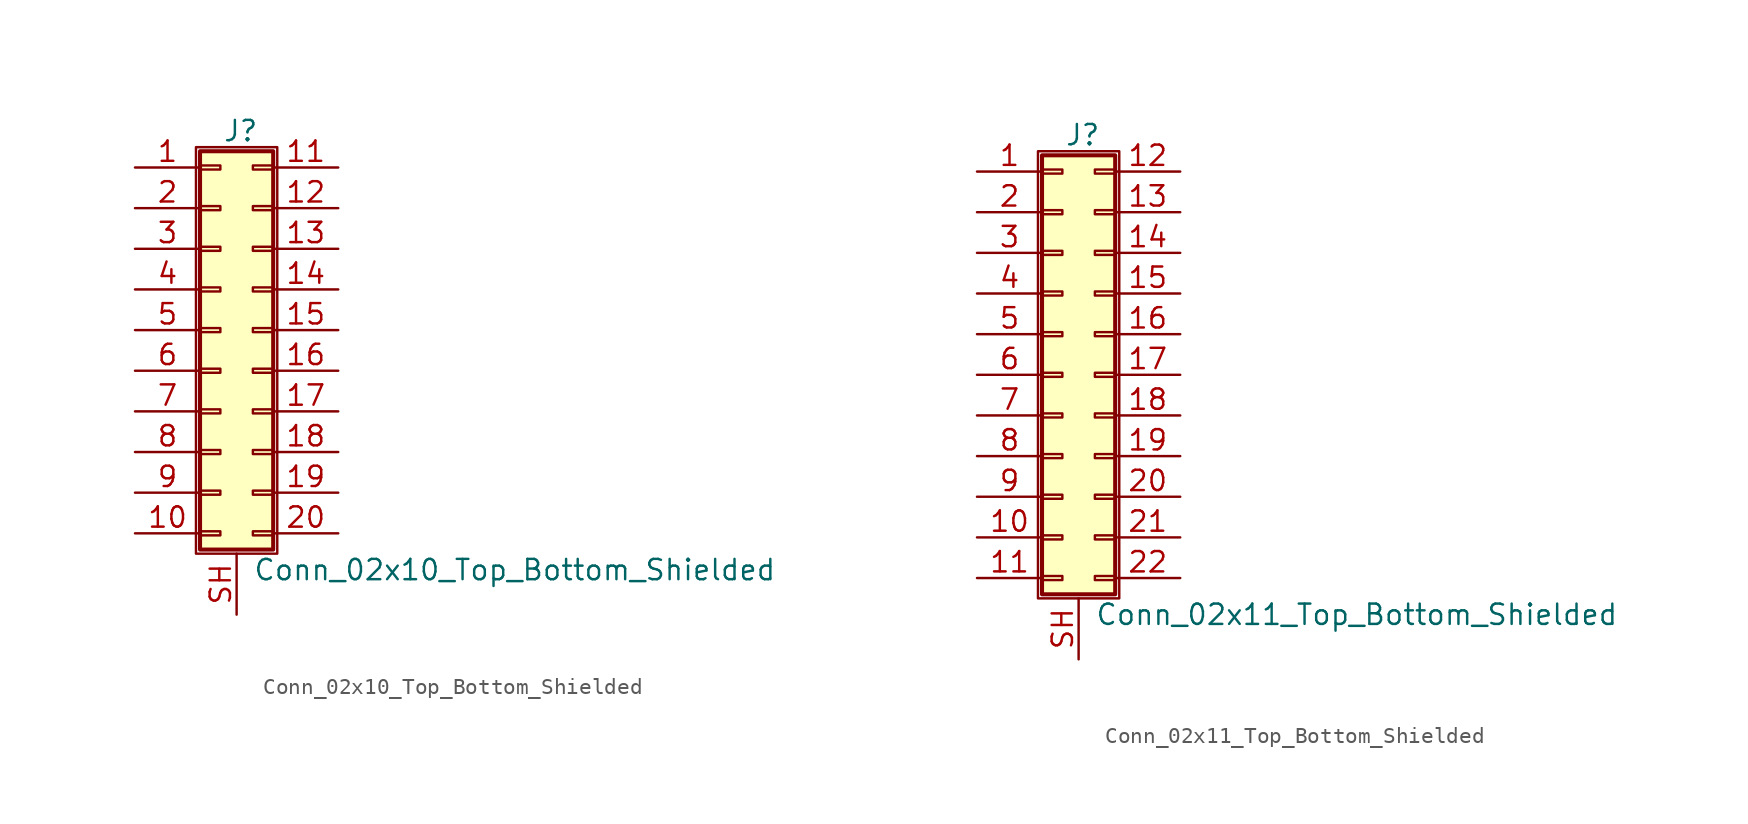
<source format=kicad_sym>
(kicad_symbol_lib
  (version 20220914)
  (generator kicad_symbol_editor)
  (symbol "Conn_02x10_Top_Bottom_Shielded"
    (pin_names
      (offset 1.016) hide)
    (property "Reference" "J"
      (at 1.524 12.446 0)
      (effects (font (size 1.27 1.27))))
    (property "Value" "Conn_02x10_Top_Bottom_Shielded"
      (at 2.286 -14.986 0)
      (effects (font (size 1.27 1.27)) (justify left)))
    (symbol "Conn_02x10_Top_Bottom_Shielded_1_1"
      (rectangle (start -1.27 11.43) (end 3.81 -13.97) (stroke (width 0.152) (type default)) (fill (type none)))
      (rectangle (start -1.016 -12.573) (end 0.254 -12.827) (stroke (width 0.152) (type default)) (fill (type none)))
      (rectangle (start -1.016 -10.033) (end 0.254 -10.287) (stroke (width 0.152) (type default)) (fill (type none)))
      (rectangle (start -1.016 -7.493) (end 0.254 -7.747) (stroke (width 0.152) (type default)) (fill (type none)))
      (rectangle (start -1.016 -4.953) (end 0.254 -5.207) (stroke (width 0.152) (type default)) (fill (type none)))
      (rectangle (start -1.016 -2.413) (end 0.254 -2.667) (stroke (width 0.152) (type default)) (fill (type none)))
      (rectangle (start -1.016 0.127) (end 0.254 -0.127) (stroke (width 0.152) (type default)) (fill (type none)))
      (rectangle (start -1.016 2.667) (end 0.254 2.413) (stroke (width 0.152) (type default)) (fill (type none)))
      (rectangle (start -1.016 5.207) (end 0.254 4.953) (stroke (width 0.152) (type default)) (fill (type none)))
      (rectangle (start -1.016 7.747) (end 0.254 7.493) (stroke (width 0.152) (type default)) (fill (type none)))
      (rectangle (start -1.016 10.287) (end 0.254 10.033) (stroke (width 0.152) (type default)) (fill (type none)))
      (rectangle (start -1.016 11.176) (end 3.556 -13.716) (stroke (width 0.254) (type default)) (fill (type background)))
      (rectangle (start 3.556 -12.573) (end 2.286 -12.827) (stroke (width 0.152) (type default)) (fill (type none)))
      (rectangle (start 3.556 -10.033) (end 2.286 -10.287) (stroke (width 0.152) (type default)) (fill (type none)))
      (rectangle (start 3.556 -7.493) (end 2.286 -7.747) (stroke (width 0.152) (type default)) (fill (type none)))
      (rectangle (start 3.556 -4.953) (end 2.286 -5.207) (stroke (width 0.152) (type default)) (fill (type none)))
      (rectangle (start 3.556 -2.413) (end 2.286 -2.667) (stroke (width 0.152) (type default)) (fill (type none)))
      (rectangle (start 3.556 0.127) (end 2.286 -0.127) (stroke (width 0.152) (type default)) (fill (type none)))
      (rectangle (start 3.556 2.667) (end 2.286 2.413) (stroke (width 0.152) (type default)) (fill (type none)))
      (rectangle (start 3.556 5.207) (end 2.286 4.953) (stroke (width 0.152) (type default)) (fill (type none)))
      (rectangle (start 3.556 7.747) (end 2.286 7.493) (stroke (width 0.152) (type default)) (fill (type none)))
      (rectangle (start 3.556 10.287) (end 2.286 10.033) (stroke (width 0.152) (type default)) (fill (type none)))
      (pin passive line (at -5.08 10.16 0) (length 4.064) (name "Pin_1" (effects (font (size 1.27 1.27)))) (number "1" (effects (font (size 1.27 1.27)))))
      (pin passive line (at -5.08 -12.7 0) (length 4.064) (name "Pin_10" (effects (font (size 1.27 1.27)))) (number "10" (effects (font (size 1.27 1.27)))))
      (pin passive line (at 7.62 10.16 180) (length 4.064) (name "Pin_11" (effects (font (size 1.27 1.27)))) (number "11" (effects (font (size 1.27 1.27)))))
      (pin passive line (at 7.62 7.62 180) (length 4.064) (name "Pin_12" (effects (font (size 1.27 1.27)))) (number "12" (effects (font (size 1.27 1.27)))))
      (pin passive line (at 7.62 5.08 180) (length 4.064) (name "Pin_13" (effects (font (size 1.27 1.27)))) (number "13" (effects (font (size 1.27 1.27)))))
      (pin passive line (at 7.62 2.54 180) (length 4.064) (name "Pin_14" (effects (font (size 1.27 1.27)))) (number "14" (effects (font (size 1.27 1.27)))))
      (pin passive line (at 7.62 0 180) (length 4.064) (name "Pin_15" (effects (font (size 1.27 1.27)))) (number "15" (effects (font (size 1.27 1.27)))))
      (pin passive line (at 7.62 -2.54 180) (length 4.064) (name "Pin_16" (effects (font (size 1.27 1.27)))) (number "16" (effects (font (size 1.27 1.27)))))
      (pin passive line (at 7.62 -5.08 180) (length 4.064) (name "Pin_17" (effects (font (size 1.27 1.27)))) (number "17" (effects (font (size 1.27 1.27)))))
      (pin passive line (at 7.62 -7.62 180) (length 4.064) (name "Pin_18" (effects (font (size 1.27 1.27)))) (number "18" (effects (font (size 1.27 1.27)))))
      (pin passive line (at 7.62 -10.16 180) (length 4.064) (name "Pin_19" (effects (font (size 1.27 1.27)))) (number "19" (effects (font (size 1.27 1.27)))))
      (pin passive line (at -5.08 7.62 0) (length 4.064) (name "Pin_2" (effects (font (size 1.27 1.27)))) (number "2" (effects (font (size 1.27 1.27)))))
      (pin passive line (at 7.62 -12.7 180) (length 4.064) (name "Pin_20" (effects (font (size 1.27 1.27)))) (number "20" (effects (font (size 1.27 1.27)))))
      (pin passive line (at -5.08 5.08 0) (length 4.064) (name "Pin_3" (effects (font (size 1.27 1.27)))) (number "3" (effects (font (size 1.27 1.27)))))
      (pin passive line (at -5.08 2.54 0) (length 4.064) (name "Pin_4" (effects (font (size 1.27 1.27)))) (number "4" (effects (font (size 1.27 1.27)))))
      (pin passive line (at -5.08 0 0) (length 4.064) (name "Pin_5" (effects (font (size 1.27 1.27)))) (number "5" (effects (font (size 1.27 1.27)))))
      (pin passive line (at -5.08 -2.54 0) (length 4.064) (name "Pin_6" (effects (font (size 1.27 1.27)))) (number "6" (effects (font (size 1.27 1.27)))))
      (pin passive line (at -5.08 -5.08 0) (length 4.064) (name "Pin_7" (effects (font (size 1.27 1.27)))) (number "7" (effects (font (size 1.27 1.27)))))
      (pin passive line (at -5.08 -7.62 0) (length 4.064) (name "Pin_8" (effects (font (size 1.27 1.27)))) (number "8" (effects (font (size 1.27 1.27)))))
      (pin passive line (at -5.08 -10.16 0) (length 4.064) (name "Pin_9" (effects (font (size 1.27 1.27)))) (number "9" (effects (font (size 1.27 1.27)))))
      (pin passive line (at 1.27 -17.78 90) (length 3.81) (name "Shield" (effects (font (size 1.27 1.27)))) (number "SH" (effects (font (size 1.27 1.27)))))))
  (symbol "Conn_02x11_Top_Bottom_Shielded"
    (pin_names
      (offset 1.016) hide)
    (property "Reference" "J"
      (at 1.524 14.986 0)
      (effects (font (size 1.27 1.27))))
    (property "Value" "Conn_02x11_Top_Bottom_Shielded"
      (at 2.286 -14.986 0)
      (effects (font (size 1.27 1.27)) (justify left)))
    (symbol "Conn_02x11_Top_Bottom_Shielded_1_1"
      (rectangle (start -1.27 13.97) (end 3.81 -13.97) (stroke (width 0.152) (type default)) (fill (type none)))
      (rectangle (start -1.016 -12.573) (end 0.254 -12.827) (stroke (width 0.152) (type default)) (fill (type none)))
      (rectangle (start -1.016 -10.033) (end 0.254 -10.287) (stroke (width 0.152) (type default)) (fill (type none)))
      (rectangle (start -1.016 -7.493) (end 0.254 -7.747) (stroke (width 0.152) (type default)) (fill (type none)))
      (rectangle (start -1.016 -4.953) (end 0.254 -5.207) (stroke (width 0.152) (type default)) (fill (type none)))
      (rectangle (start -1.016 -2.413) (end 0.254 -2.667) (stroke (width 0.152) (type default)) (fill (type none)))
      (rectangle (start -1.016 0.127) (end 0.254 -0.127) (stroke (width 0.152) (type default)) (fill (type none)))
      (rectangle (start -1.016 2.667) (end 0.254 2.413) (stroke (width 0.152) (type default)) (fill (type none)))
      (rectangle (start -1.016 5.207) (end 0.254 4.953) (stroke (width 0.152) (type default)) (fill (type none)))
      (rectangle (start -1.016 7.747) (end 0.254 7.493) (stroke (width 0.152) (type default)) (fill (type none)))
      (rectangle (start -1.016 10.287) (end 0.254 10.033) (stroke (width 0.152) (type default)) (fill (type none)))
      (rectangle (start -1.016 12.827) (end 0.254 12.573) (stroke (width 0.152) (type default)) (fill (type none)))
      (rectangle (start -1.016 13.716) (end 3.556 -13.716) (stroke (width 0.254) (type default)) (fill (type background)))
      (rectangle (start 3.556 -12.573) (end 2.286 -12.827) (stroke (width 0.152) (type default)) (fill (type none)))
      (rectangle (start 3.556 -10.033) (end 2.286 -10.287) (stroke (width 0.152) (type default)) (fill (type none)))
      (rectangle (start 3.556 -7.493) (end 2.286 -7.747) (stroke (width 0.152) (type default)) (fill (type none)))
      (rectangle (start 3.556 -4.953) (end 2.286 -5.207) (stroke (width 0.152) (type default)) (fill (type none)))
      (rectangle (start 3.556 -2.413) (end 2.286 -2.667) (stroke (width 0.152) (type default)) (fill (type none)))
      (rectangle (start 3.556 0.127) (end 2.286 -0.127) (stroke (width 0.152) (type default)) (fill (type none)))
      (rectangle (start 3.556 2.667) (end 2.286 2.413) (stroke (width 0.152) (type default)) (fill (type none)))
      (rectangle (start 3.556 5.207) (end 2.286 4.953) (stroke (width 0.152) (type default)) (fill (type none)))
      (rectangle (start 3.556 7.747) (end 2.286 7.493) (stroke (width 0.152) (type default)) (fill (type none)))
      (rectangle (start 3.556 10.287) (end 2.286 10.033) (stroke (width 0.152) (type default)) (fill (type none)))
      (rectangle (start 3.556 12.827) (end 2.286 12.573) (stroke (width 0.152) (type default)) (fill (type none)))
      (pin passive line (at -5.08 12.7 0) (length 4.064) (name "Pin_1" (effects (font (size 1.27 1.27)))) (number "1" (effects (font (size 1.27 1.27)))))
      (pin passive line (at -5.08 -10.16 0) (length 4.064) (name "Pin_10" (effects (font (size 1.27 1.27)))) (number "10" (effects (font (size 1.27 1.27)))))
      (pin passive line (at -5.08 -12.7 0) (length 4.064) (name "Pin_11" (effects (font (size 1.27 1.27)))) (number "11" (effects (font (size 1.27 1.27)))))
      (pin passive line (at 7.62 12.7 180) (length 4.064) (name "Pin_12" (effects (font (size 1.27 1.27)))) (number "12" (effects (font (size 1.27 1.27)))))
      (pin passive line (at 7.62 10.16 180) (length 4.064) (name "Pin_13" (effects (font (size 1.27 1.27)))) (number "13" (effects (font (size 1.27 1.27)))))
      (pin passive line (at 7.62 7.62 180) (length 4.064) (name "Pin_14" (effects (font (size 1.27 1.27)))) (number "14" (effects (font (size 1.27 1.27)))))
      (pin passive line (at 7.62 5.08 180) (length 4.064) (name "Pin_15" (effects (font (size 1.27 1.27)))) (number "15" (effects (font (size 1.27 1.27)))))
      (pin passive line (at 7.62 2.54 180) (length 4.064) (name "Pin_16" (effects (font (size 1.27 1.27)))) (number "16" (effects (font (size 1.27 1.27)))))
      (pin passive line (at 7.62 0 180) (length 4.064) (name "Pin_17" (effects (font (size 1.27 1.27)))) (number "17" (effects (font (size 1.27 1.27)))))
      (pin passive line (at 7.62 -2.54 180) (length 4.064) (name "Pin_18" (effects (font (size 1.27 1.27)))) (number "18" (effects (font (size 1.27 1.27)))))
      (pin passive line (at 7.62 -5.08 180) (length 4.064) (name "Pin_19" (effects (font (size 1.27 1.27)))) (number "19" (effects (font (size 1.27 1.27)))))
      (pin passive line (at -5.08 10.16 0) (length 4.064) (name "Pin_2" (effects (font (size 1.27 1.27)))) (number "2" (effects (font (size 1.27 1.27)))))
      (pin passive line (at 7.62 -7.62 180) (length 4.064) (name "Pin_20" (effects (font (size 1.27 1.27)))) (number "20" (effects (font (size 1.27 1.27)))))
      (pin passive line (at 7.62 -10.16 180) (length 4.064) (name "Pin_21" (effects (font (size 1.27 1.27)))) (number "21" (effects (font (size 1.27 1.27)))))
      (pin passive line (at 7.62 -12.7 180) (length 4.064) (name "Pin_22" (effects (font (size 1.27 1.27)))) (number "22" (effects (font (size 1.27 1.27)))))
      (pin passive line (at -5.08 7.62 0) (length 4.064) (name "Pin_3" (effects (font (size 1.27 1.27)))) (number "3" (effects (font (size 1.27 1.27)))))
      (pin passive line (at -5.08 5.08 0) (length 4.064) (name "Pin_4" (effects (font (size 1.27 1.27)))) (number "4" (effects (font (size 1.27 1.27)))))
      (pin passive line (at -5.08 2.54 0) (length 4.064) (name "Pin_5" (effects (font (size 1.27 1.27)))) (number "5" (effects (font (size 1.27 1.27)))))
      (pin passive line (at -5.08 0 0) (length 4.064) (name "Pin_6" (effects (font (size 1.27 1.27)))) (number "6" (effects (font (size 1.27 1.27)))))
      (pin passive line (at -5.08 -2.54 0) (length 4.064) (name "Pin_7" (effects (font (size 1.27 1.27)))) (number "7" (effects (font (size 1.27 1.27)))))
      (pin passive line (at -5.08 -5.08 0) (length 4.064) (name "Pin_8" (effects (font (size 1.27 1.27)))) (number "8" (effects (font (size 1.27 1.27)))))
      (pin passive line (at -5.08 -7.62 0) (length 4.064) (name "Pin_9" (effects (font (size 1.27 1.27)))) (number "9" (effects (font (size 1.27 1.27)))))
      (pin passive line (at 1.27 -17.78 90) (length 3.81) (name "Shield" (effects (font (size 1.27 1.27)))) (number "SH" (effects (font (size 1.27 1.27))))))))
</source>
